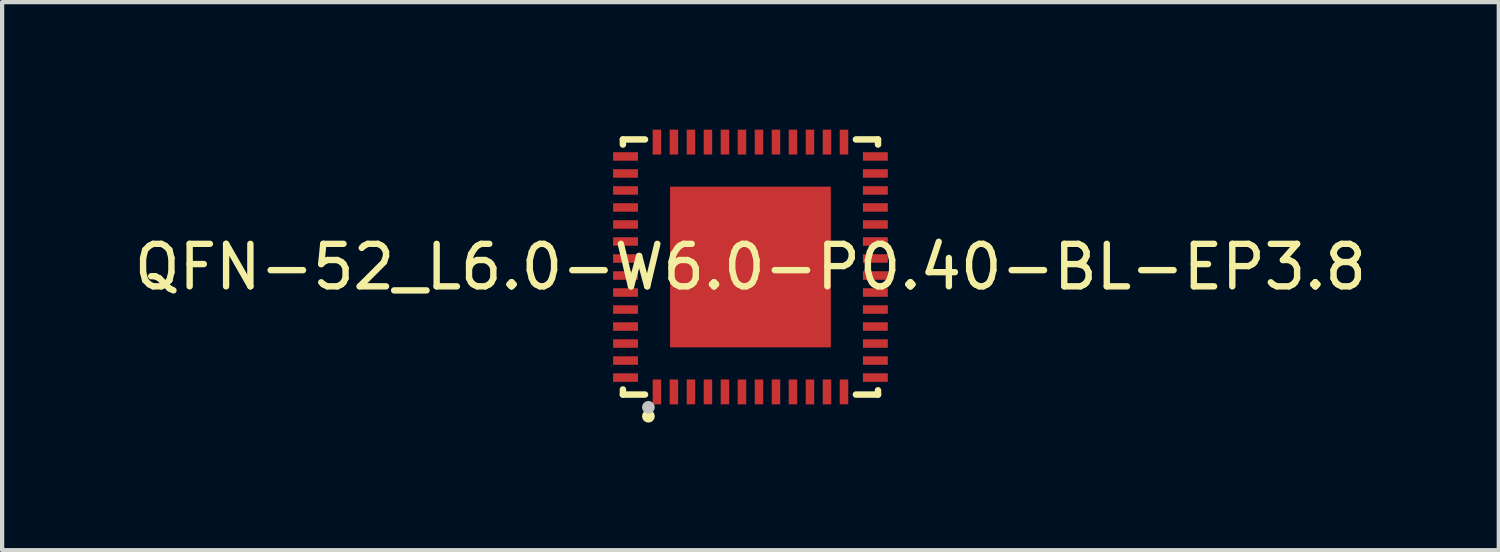
<source format=kicad_pcb>
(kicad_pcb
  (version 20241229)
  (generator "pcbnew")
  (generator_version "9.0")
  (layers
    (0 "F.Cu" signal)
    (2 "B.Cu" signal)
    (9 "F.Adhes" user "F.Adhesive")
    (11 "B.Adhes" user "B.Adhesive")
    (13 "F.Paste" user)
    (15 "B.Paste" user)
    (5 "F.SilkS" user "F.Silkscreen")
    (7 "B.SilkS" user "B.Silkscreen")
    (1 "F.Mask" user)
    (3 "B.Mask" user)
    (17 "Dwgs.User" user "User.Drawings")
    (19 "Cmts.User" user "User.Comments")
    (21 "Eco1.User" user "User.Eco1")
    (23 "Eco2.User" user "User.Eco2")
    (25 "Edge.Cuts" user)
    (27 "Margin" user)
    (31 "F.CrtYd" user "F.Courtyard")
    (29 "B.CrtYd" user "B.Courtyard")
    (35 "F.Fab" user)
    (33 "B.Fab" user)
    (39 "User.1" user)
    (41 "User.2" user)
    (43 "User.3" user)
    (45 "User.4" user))
  (footprint "QFN-52_L6.0-W6.0-P0.40-BL-EP3.8"
    (layer "F.Cu")
    (at 14.601 3.23)
    (property "Reference" "QFN-52_L6.0-W6.0-P0.40-BL-EP3.8" (at 0 0 0) (layer "F.SilkS") (effects (font (size 1 1) (thickness 0.15))))
    (fp_line (start -3 -3) (end -3 -2.88) (stroke (width 0.152) (type default)) (layer "F.SilkS"))
    (fp_line (start -3 2.88) (end -3 3) (stroke (width 0.152) (type default)) (layer "F.SilkS"))
    (fp_line (start -3 3) (end -2.48 3) (stroke (width 0.152) (type default)) (layer "F.SilkS"))
    (fp_line (start -2.48 -3) (end -3 -3) (stroke (width 0.152) (type default)) (layer "F.SilkS"))
    (fp_line (start 2.48 3) (end 3 3) (stroke (width 0.152) (type default)) (layer "F.SilkS"))
    (fp_line (start 3 -3) (end 2.48 -3) (stroke (width 0.152) (type default)) (layer "F.SilkS"))
    (fp_line (start 3 -2.88) (end 3 -3) (stroke (width 0.152) (type default)) (layer "F.SilkS"))
    (fp_line (start 3 3) (end 3 2.9) (stroke (width 0.152) (type default)) (layer "F.SilkS"))
    (fp_circle (center -2.4 3.51) (end -2.325 3.51) (stroke (width 0.15) (type default)) (fill no) (layer "F.SilkS"))
    (fp_poly (pts (xy -3.23 -2.5) (xy -3.23 -2.7) (xy -2.645 -2.7) (xy -2.645 -2.5)) (stroke (width 0) (type default)) (fill yes) (layer "F.Paste"))
    (fp_poly (pts (xy -3.23 -2.3) (xy -2.645 -2.3) (xy -2.645 -2.1) (xy -3.23 -2.1)) (stroke (width 0) (type default)) (fill yes) (layer "F.Paste"))
    (fp_poly (pts (xy -3.23 -1.9) (xy -2.645 -1.9) (xy -2.645 -1.7) (xy -3.23 -1.7)) (stroke (width 0) (type default)) (fill yes) (layer "F.Paste"))
    (fp_poly (pts (xy -3.23 -1.5) (xy -2.645 -1.5) (xy -2.645 -1.3) (xy -3.23 -1.3)) (stroke (width 0) (type default)) (fill yes) (layer "F.Paste"))
    (fp_poly (pts (xy -3.23 -1.1) (xy -2.645 -1.1) (xy -2.645 -0.9) (xy -3.23 -0.9)) (stroke (width 0) (type default)) (fill yes) (layer "F.Paste"))
    (fp_poly (pts (xy -3.23 -0.7) (xy -2.645 -0.7) (xy -2.645 -0.5) (xy -3.23 -0.5)) (stroke (width 0) (type default)) (fill yes) (layer "F.Paste"))
    (fp_poly (pts (xy -3.23 -0.3) (xy -2.645 -0.3) (xy -2.645 -0.1) (xy -3.23 -0.1)) (stroke (width 0) (type default)) (fill yes) (layer "F.Paste"))
    (fp_poly (pts (xy -3.23 0.1) (xy -2.645 0.1) (xy -2.645 0.3) (xy -3.23 0.3)) (stroke (width 0) (type default)) (fill yes) (layer "F.Paste"))
    (fp_poly (pts (xy -3.23 0.5) (xy -2.645 0.5) (xy -2.645 0.7) (xy -3.23 0.7)) (stroke (width 0) (type default)) (fill yes) (layer "F.Paste"))
    (fp_poly (pts (xy -3.23 0.9) (xy -2.645 0.9) (xy -2.645 1.1) (xy -3.23 1.1)) (stroke (width 0) (type default)) (fill yes) (layer "F.Paste"))
    (fp_poly (pts (xy -3.23 1.3) (xy -2.645 1.3) (xy -2.645 1.5) (xy -3.23 1.5)) (stroke (width 0) (type default)) (fill yes) (layer "F.Paste"))
    (fp_poly (pts (xy -3.23 1.7) (xy -2.645 1.7) (xy -2.645 1.9) (xy -3.23 1.9)) (stroke (width 0) (type default)) (fill yes) (layer "F.Paste"))
    (fp_poly (pts (xy -3.23 2.1) (xy -2.645 2.1) (xy -2.645 2.3) (xy -3.23 2.3)) (stroke (width 0) (type default)) (fill yes) (layer "F.Paste"))
    (fp_poly (pts (xy -3.23 2.5) (xy -2.645 2.5) (xy -2.645 2.7) (xy -3.23 2.7)) (stroke (width 0) (type default)) (fill yes) (layer "F.Paste"))
    (fp_poly (pts (xy -2.3 -3.23) (xy -2.1 -3.23) (xy -2.1 -2.645) (xy -2.3 -2.645)) (stroke (width 0) (type default)) (fill yes) (layer "F.Paste"))
    (fp_poly (pts (xy -2.3 2.645) (xy -2.1 2.645) (xy -2.1 3.23) (xy -2.3 3.23)) (stroke (width 0) (type default)) (fill yes) (layer "F.Paste"))
    (fp_poly (pts (xy -1.9 -3.23) (xy -1.7 -3.23) (xy -1.7 -2.645) (xy -1.9 -2.645)) (stroke (width 0) (type default)) (fill yes) (layer "F.Paste"))
    (fp_poly (pts (xy -1.9 2.645) (xy -1.7 2.645) (xy -1.7 3.23) (xy -1.9 3.23)) (stroke (width 0) (type default)) (fill yes) (layer "F.Paste"))
    (fp_poly (pts (xy -1.512 -1.512) (xy 1.512 -1.512) (xy 1.512 1.512) (xy -1.512 1.512)) (stroke (width 0) (type default)) (fill yes) (layer "F.Paste"))
    (fp_poly (pts (xy -1.5 -3.23) (xy -1.3 -3.23) (xy -1.3 -2.645) (xy -1.5 -2.645)) (stroke (width 0) (type default)) (fill yes) (layer "F.Paste"))
    (fp_poly (pts (xy -1.5 2.645) (xy -1.3 2.645) (xy -1.3 3.23) (xy -1.5 3.23)) (stroke (width 0) (type default)) (fill yes) (layer "F.Paste"))
    (fp_poly (pts (xy -1.1 -3.23) (xy -0.9 -3.23) (xy -0.9 -2.645) (xy -1.1 -2.645)) (stroke (width 0) (type default)) (fill yes) (layer "F.Paste"))
    (fp_poly (pts (xy -1.1 2.645) (xy -0.9 2.645) (xy -0.9 3.23) (xy -1.1 3.23)) (stroke (width 0) (type default)) (fill yes) (layer "F.Paste"))
    (fp_poly (pts (xy -0.7 -3.23) (xy -0.5 -3.23) (xy -0.5 -2.645) (xy -0.7 -2.645)) (stroke (width 0) (type default)) (fill yes) (layer "F.Paste"))
    (fp_poly (pts (xy -0.7 2.645) (xy -0.5 2.645) (xy -0.5 3.23) (xy -0.7 3.23)) (stroke (width 0) (type default)) (fill yes) (layer "F.Paste"))
    (fp_poly (pts (xy -0.3 -3.23) (xy -0.1 -3.23) (xy -0.1 -2.645) (xy -0.3 -2.645)) (stroke (width 0) (type default)) (fill yes) (layer "F.Paste"))
    (fp_poly (pts (xy -0.3 2.645) (xy -0.1 2.645) (xy -0.1 3.23) (xy -0.3 3.23)) (stroke (width 0) (type default)) (fill yes) (layer "F.Paste"))
    (fp_poly (pts (xy 0.1 -3.23) (xy 0.3 -3.23) (xy 0.3 -2.645) (xy 0.1 -2.645)) (stroke (width 0) (type default)) (fill yes) (layer "F.Paste"))
    (fp_poly (pts (xy 0.1 2.645) (xy 0.3 2.645) (xy 0.3 3.23) (xy 0.1 3.23)) (stroke (width 0) (type default)) (fill yes) (layer "F.Paste"))
    (fp_poly (pts (xy 0.5 -3.23) (xy 0.7 -3.23) (xy 0.7 -2.645) (xy 0.5 -2.645)) (stroke (width 0) (type default)) (fill yes) (layer "F.Paste"))
    (fp_poly (pts (xy 0.5 2.645) (xy 0.7 2.645) (xy 0.7 3.23) (xy 0.5 3.23)) (stroke (width 0) (type default)) (fill yes) (layer "F.Paste"))
    (fp_poly (pts (xy 0.9 -3.23) (xy 1.1 -3.23) (xy 1.1 -2.645) (xy 0.9 -2.645)) (stroke (width 0) (type default)) (fill yes) (layer "F.Paste"))
    (fp_poly (pts (xy 0.9 2.645) (xy 1.1 2.645) (xy 1.1 3.23) (xy 0.9 3.23)) (stroke (width 0) (type default)) (fill yes) (layer "F.Paste"))
    (fp_poly (pts (xy 1.3 -3.23) (xy 1.5 -3.23) (xy 1.5 -2.645) (xy 1.3 -2.645)) (stroke (width 0) (type default)) (fill yes) (layer "F.Paste"))
    (fp_poly (pts (xy 1.3 2.645) (xy 1.5 2.645) (xy 1.5 3.23) (xy 1.3 3.23)) (stroke (width 0) (type default)) (fill yes) (layer "F.Paste"))
    (fp_poly (pts (xy 1.7 -3.23) (xy 1.9 -3.23) (xy 1.9 -2.645) (xy 1.7 -2.645)) (stroke (width 0) (type default)) (fill yes) (layer "F.Paste"))
    (fp_poly (pts (xy 1.7 2.645) (xy 1.9 2.645) (xy 1.9 3.23) (xy 1.7 3.23)) (stroke (width 0) (type default)) (fill yes) (layer "F.Paste"))
    (fp_poly (pts (xy 2.1 -3.23) (xy 2.3 -3.23) (xy 2.3 -2.645) (xy 2.1 -2.645)) (stroke (width 0) (type default)) (fill yes) (layer "F.Paste"))
    (fp_poly (pts (xy 2.1 2.645) (xy 2.3 2.645) (xy 2.3 3.23) (xy 2.1 3.23)) (stroke (width 0) (type default)) (fill yes) (layer "F.Paste"))
    (fp_poly (pts (xy 2.645 -2.7) (xy 3.23 -2.7) (xy 3.23 -2.5) (xy 2.645 -2.5)) (stroke (width 0) (type default)) (fill yes) (layer "F.Paste"))
    (fp_poly (pts (xy 2.645 -2.3) (xy 3.23 -2.3) (xy 3.23 -2.1) (xy 2.645 -2.1)) (stroke (width 0) (type default)) (fill yes) (layer "F.Paste"))
    (fp_poly (pts (xy 2.645 -1.9) (xy 3.23 -1.9) (xy 3.23 -1.7) (xy 2.645 -1.7)) (stroke (width 0) (type default)) (fill yes) (layer "F.Paste"))
    (fp_poly (pts (xy 2.645 -1.5) (xy 3.23 -1.5) (xy 3.23 -1.3) (xy 2.645 -1.3)) (stroke (width 0) (type default)) (fill yes) (layer "F.Paste"))
    (fp_poly (pts (xy 2.645 -1.1) (xy 3.23 -1.1) (xy 3.23 -0.9) (xy 2.645 -0.9)) (stroke (width 0) (type default)) (fill yes) (layer "F.Paste"))
    (fp_poly (pts (xy 2.645 -0.7) (xy 3.23 -0.7) (xy 3.23 -0.5) (xy 2.645 -0.5)) (stroke (width 0) (type default)) (fill yes) (layer "F.Paste"))
    (fp_poly (pts (xy 2.645 -0.3) (xy 3.23 -0.3) (xy 3.23 -0.1) (xy 2.645 -0.1)) (stroke (width 0) (type default)) (fill yes) (layer "F.Paste"))
    (fp_poly (pts (xy 2.645 0.1) (xy 3.23 0.1) (xy 3.23 0.3) (xy 2.645 0.3)) (stroke (width 0) (type default)) (fill yes) (layer "F.Paste"))
    (fp_poly (pts (xy 2.645 0.5) (xy 3.23 0.5) (xy 3.23 0.7) (xy 2.645 0.7)) (stroke (width 0) (type default)) (fill yes) (layer "F.Paste"))
    (fp_poly (pts (xy 2.645 0.9) (xy 3.23 0.9) (xy 3.23 1.1) (xy 2.645 1.1)) (stroke (width 0) (type default)) (fill yes) (layer "F.Paste"))
    (fp_poly (pts (xy 2.645 1.3) (xy 3.23 1.3) (xy 3.23 1.5) (xy 2.645 1.5)) (stroke (width 0) (type default)) (fill yes) (layer "F.Paste"))
    (fp_poly (pts (xy 2.645 1.7) (xy 3.23 1.7) (xy 3.23 1.9) (xy 2.645 1.9)) (stroke (width 0) (type default)) (fill yes) (layer "F.Paste"))
    (fp_poly (pts (xy 2.645 2.1) (xy 3.23 2.1) (xy 3.23 2.3) (xy 2.645 2.3)) (stroke (width 0) (type default)) (fill yes) (layer "F.Paste"))
    (fp_poly (pts (xy 2.645 2.7) (xy 2.645 2.5) (xy 3.23 2.5) (xy 3.23 2.7)) (stroke (width 0) (type default)) (fill yes) (layer "F.Paste"))
    (fp_circle (center -2.4 3.3) (end -2.325 3.3) (stroke (width 0.15) (type default)) (fill no) (layer "Dwgs.User"))
    (fp_poly (pts (xy -3 -2.5) (xy -2.65 -2.5) (xy -2.65 -2.7) (xy -3 -2.7)) (stroke (width 0.1) (type default)) (fill no) (layer "User.1"))
    (fp_poly (pts (xy -2.65 -2.1) (xy -2.65 -2.3) (xy -3 -2.3) (xy -3 -2.1)) (stroke (width 0.1) (type default)) (fill no) (layer "User.1"))
    (fp_poly (pts (xy -2.65 -1.7) (xy -2.65 -1.9) (xy -3 -1.9) (xy -3 -1.7)) (stroke (width 0.1) (type default)) (fill no) (layer "User.1"))
    (fp_poly (pts (xy -2.65 -1.3) (xy -2.65 -1.5) (xy -3 -1.5) (xy -3 -1.3)) (stroke (width 0.1) (type default)) (fill no) (layer "User.1"))
    (fp_poly (pts (xy -2.65 -0.9) (xy -2.65 -1.1) (xy -3 -1.1) (xy -3 -0.9)) (stroke (width 0.1) (type default)) (fill no) (layer "User.1"))
    (fp_poly (pts (xy -2.65 -0.5) (xy -2.65 -0.7) (xy -3 -0.7) (xy -3 -0.5)) (stroke (width 0.1) (type default)) (fill no) (layer "User.1"))
    (fp_poly (pts (xy -2.65 -0.1) (xy -2.65 -0.3) (xy -3 -0.3) (xy -3 -0.1)) (stroke (width 0.1) (type default)) (fill no) (layer "User.1"))
    (fp_poly (pts (xy -2.65 0.3) (xy -2.65 0.1) (xy -3 0.1) (xy -3 0.3)) (stroke (width 0.1) (type default)) (fill no) (layer "User.1"))
    (fp_poly (pts (xy -2.65 0.7) (xy -2.65 0.5) (xy -3 0.5) (xy -3 0.7)) (stroke (width 0.1) (type default)) (fill no) (layer "User.1"))
    (fp_poly (pts (xy -2.65 1.1) (xy -2.65 0.9) (xy -3 0.9) (xy -3 1.1)) (stroke (width 0.1) (type default)) (fill no) (layer "User.1"))
    (fp_poly (pts (xy -2.65 1.5) (xy -2.65 1.3) (xy -3 1.3) (xy -3 1.5)) (stroke (width 0.1) (type default)) (fill no) (layer "User.1"))
    (fp_poly (pts (xy -2.65 1.9) (xy -2.65 1.7) (xy -3 1.7) (xy -3 1.9)) (stroke (width 0.1) (type default)) (fill no) (layer "User.1"))
    (fp_poly (pts (xy -2.65 2.3) (xy -2.65 2.1) (xy -3 2.1) (xy -3 2.3)) (stroke (width 0.1) (type default)) (fill no) (layer "User.1"))
    (fp_poly (pts (xy -2.65 2.7) (xy -2.65 2.5) (xy -3 2.5) (xy -3 2.7)) (stroke (width 0.1) (type default)) (fill no) (layer "User.1"))
    (fp_poly (pts (xy -2.3 -3) (xy -2.3 -2.65) (xy -2.1 -2.65) (xy -2.1 -3)) (stroke (width 0.1) (type default)) (fill no) (layer "User.1"))
    (fp_poly (pts (xy -2.3 3) (xy -2.3 2.65) (xy -2.1 2.65) (xy -2.1 3)) (stroke (width 0.1) (type default)) (fill no) (layer "User.1"))
    (fp_poly (pts (xy -1.9 -3) (xy -1.9 -2.65) (xy -1.7 -2.65) (xy -1.7 -3)) (stroke (width 0.1) (type default)) (fill no) (layer "User.1"))
    (fp_poly (pts (xy -1.9 3) (xy -1.9 2.65) (xy -1.7 2.65) (xy -1.7 3)) (stroke (width 0.1) (type default)) (fill no) (layer "User.1"))
    (fp_poly (pts (xy -1.89 -1.89) (xy 1.89 -1.89) (xy 1.89 1.89) (xy -1.89 1.89)) (stroke (width 0.1) (type default)) (fill no) (layer "User.1"))
    (fp_poly (pts (xy -1.5 -3) (xy -1.5 -2.65) (xy -1.3 -2.65) (xy -1.3 -3)) (stroke (width 0.1) (type default)) (fill no) (layer "User.1"))
    (fp_poly (pts (xy -1.5 3) (xy -1.5 2.65) (xy -1.3 2.65) (xy -1.3 3)) (stroke (width 0.1) (type default)) (fill no) (layer "User.1"))
    (fp_poly (pts (xy -1.1 -3) (xy -1.1 -2.65) (xy -0.9 -2.65) (xy -0.9 -3)) (stroke (width 0.1) (type default)) (fill no) (layer "User.1"))
    (fp_poly (pts (xy -1.1 3) (xy -1.1 2.65) (xy -0.9 2.65) (xy -0.9 3)) (stroke (width 0.1) (type default)) (fill no) (layer "User.1"))
    (fp_poly (pts (xy -0.7 -3) (xy -0.7 -2.65) (xy -0.5 -2.65) (xy -0.5 -3)) (stroke (width 0.1) (type default)) (fill no) (layer "User.1"))
    (fp_poly (pts (xy -0.7 3) (xy -0.7 2.65) (xy -0.5 2.65) (xy -0.5 3)) (stroke (width 0.1) (type default)) (fill no) (layer "User.1"))
    (fp_poly (pts (xy -0.3 -3) (xy -0.3 -2.65) (xy -0.1 -2.65) (xy -0.1 -3)) (stroke (width 0.1) (type default)) (fill no) (layer "User.1"))
    (fp_poly (pts (xy -0.3 3) (xy -0.3 2.65) (xy -0.1 2.65) (xy -0.1 3)) (stroke (width 0.1) (type default)) (fill no) (layer "User.1"))
    (fp_poly (pts (xy 0.1 -3) (xy 0.1 -2.65) (xy 0.3 -2.65) (xy 0.3 -3)) (stroke (width 0.1) (type default)) (fill no) (layer "User.1"))
    (fp_poly (pts (xy 0.1 3) (xy 0.1 2.65) (xy 0.3 2.65) (xy 0.3 3)) (stroke (width 0.1) (type default)) (fill no) (layer "User.1"))
    (fp_poly (pts (xy 0.5 -3) (xy 0.5 -2.65) (xy 0.7 -2.65) (xy 0.7 -3)) (stroke (width 0.1) (type default)) (fill no) (layer "User.1"))
    (fp_poly (pts (xy 0.5 3) (xy 0.5 2.65) (xy 0.7 2.65) (xy 0.7 3)) (stroke (width 0.1) (type default)) (fill no) (layer "User.1"))
    (fp_poly (pts (xy 0.9 -3) (xy 0.9 -2.65) (xy 1.1 -2.65) (xy 1.1 -3)) (stroke (width 0.1) (type default)) (fill no) (layer "User.1"))
    (fp_poly (pts (xy 0.9 3) (xy 0.9 2.65) (xy 1.1 2.65) (xy 1.1 3)) (stroke (width 0.1) (type default)) (fill no) (layer "User.1"))
    (fp_poly (pts (xy 1.3 -3) (xy 1.3 -2.65) (xy 1.5 -2.65) (xy 1.5 -3)) (stroke (width 0.1) (type default)) (fill no) (layer "User.1"))
    (fp_poly (pts (xy 1.3 3) (xy 1.3 2.65) (xy 1.5 2.65) (xy 1.5 3)) (stroke (width 0.1) (type default)) (fill no) (layer "User.1"))
    (fp_poly (pts (xy 1.7 -3) (xy 1.7 -2.65) (xy 1.9 -2.65) (xy 1.9 -3)) (stroke (width 0.1) (type default)) (fill no) (layer "User.1"))
    (fp_poly (pts (xy 1.7 3) (xy 1.7 2.65) (xy 1.9 2.65) (xy 1.9 3)) (stroke (width 0.1) (type default)) (fill no) (layer "User.1"))
    (fp_poly (pts (xy 2.1 -3) (xy 2.1 -2.65) (xy 2.3 -2.65) (xy 2.3 -3)) (stroke (width 0.1) (type default)) (fill no) (layer "User.1"))
    (fp_poly (pts (xy 2.1 3) (xy 2.1 2.65) (xy 2.3 2.65) (xy 2.3 3)) (stroke (width 0.1) (type default)) (fill no) (layer "User.1"))
    (fp_poly (pts (xy 2.65 -2.5) (xy 2.65 -2.7) (xy 3 -2.7) (xy 3 -2.5)) (stroke (width 0.1) (type default)) (fill no) (layer "User.1"))
    (fp_poly (pts (xy 2.65 -2.1) (xy 2.65 -2.3) (xy 3 -2.3) (xy 3 -2.1)) (stroke (width 0.1) (type default)) (fill no) (layer "User.1"))
    (fp_poly (pts (xy 2.65 -1.7) (xy 2.65 -1.9) (xy 3 -1.9) (xy 3 -1.7)) (stroke (width 0.1) (type default)) (fill no) (layer "User.1"))
    (fp_poly (pts (xy 2.65 -1.3) (xy 2.65 -1.5) (xy 3 -1.5) (xy 3 -1.3)) (stroke (width 0.1) (type default)) (fill no) (layer "User.1"))
    (fp_poly (pts (xy 2.65 -0.9) (xy 2.65 -1.1) (xy 3 -1.1) (xy 3 -0.9)) (stroke (width 0.1) (type default)) (fill no) (layer "User.1"))
    (fp_poly (pts (xy 2.65 -0.5) (xy 2.65 -0.7) (xy 3 -0.7) (xy 3 -0.5)) (stroke (width 0.1) (type default)) (fill no) (layer "User.1"))
    (fp_poly (pts (xy 2.65 -0.1) (xy 2.65 -0.3) (xy 3 -0.3) (xy 3 -0.1)) (stroke (width 0.1) (type default)) (fill no) (layer "User.1"))
    (fp_poly (pts (xy 2.65 0.3) (xy 2.65 0.1) (xy 3 0.1) (xy 3 0.3)) (stroke (width 0.1) (type default)) (fill no) (layer "User.1"))
    (fp_poly (pts (xy 2.65 0.7) (xy 2.65 0.5) (xy 3 0.5) (xy 3 0.7)) (stroke (width 0.1) (type default)) (fill no) (layer "User.1"))
    (fp_poly (pts (xy 2.65 1.1) (xy 2.65 0.9) (xy 3 0.9) (xy 3 1.1)) (stroke (width 0.1) (type default)) (fill no) (layer "User.1"))
    (fp_poly (pts (xy 2.65 1.5) (xy 2.65 1.3) (xy 3 1.3) (xy 3 1.5)) (stroke (width 0.1) (type default)) (fill no) (layer "User.1"))
    (fp_poly (pts (xy 2.65 1.9) (xy 2.65 1.7) (xy 3 1.7) (xy 3 1.9)) (stroke (width 0.1) (type default)) (fill no) (layer "User.1"))
    (fp_poly (pts (xy 2.65 2.3) (xy 2.65 2.1) (xy 3 2.1) (xy 3 2.3)) (stroke (width 0.1) (type default)) (fill no) (layer "User.1"))
    (fp_poly (pts (xy 3 2.7) (xy 2.65 2.7) (xy 2.65 2.5) (xy 3 2.5)) (stroke (width 0.1) (type default)) (fill no) (layer "User.1"))
    (fp_line (start -3 -3) (end 3 -3) (stroke (width 0.051) (type default)) (layer "User.2"))
    (fp_line (start -3 3) (end -3 -3) (stroke (width 0.051) (type default)) (layer "User.2"))
    (fp_line (start 3 -3) (end 3 3) (stroke (width 0.051) (type default)) (layer "User.2"))
    (fp_line (start 3 3) (end -3 3) (stroke (width 0.051) (type default)) (layer "User.2"))
    (fp_poly (pts (xy -2.94 3) (xy -2.958 2.958) (xy -3 2.94) (xy -3.042 2.958) (xy -3.06 3) (xy -3.042 3.042) (xy -3 3.06) (xy -2.958 3.042)) (stroke (width 0.1) (type default)) (fill no) (layer "User.3"))
    (pad "1" smd rect (at -2.2 2.938) (size 0.2 0.585) (layers "F.Cu" "F.Mask" "F.Paste"))
    (pad "2" smd rect (at -1.8 2.938) (size 0.2 0.585) (layers "F.Cu" "F.Mask" "F.Paste"))
    (pad "3" smd rect (at -1.4 2.938) (size 0.2 0.585) (layers "F.Cu" "F.Mask" "F.Paste"))
    (pad "4" smd rect (at -1 2.938) (size 0.2 0.585) (layers "F.Cu" "F.Mask" "F.Paste"))
    (pad "5" smd rect (at -0.6 2.938) (size 0.2 0.585) (layers "F.Cu" "F.Mask" "F.Paste"))
    (pad "6" smd rect (at -0.2 2.938) (size 0.2 0.585) (layers "F.Cu" "F.Mask" "F.Paste"))
    (pad "7" smd rect (at 0.2 2.938) (size 0.2 0.585) (layers "F.Cu" "F.Mask" "F.Paste"))
    (pad "8" smd rect (at 0.6 2.938) (size 0.2 0.585) (layers "F.Cu" "F.Mask" "F.Paste"))
    (pad "9" smd rect (at 1 2.938) (size 0.2 0.585) (layers "F.Cu" "F.Mask" "F.Paste"))
    (pad "10" smd rect (at 1.4 2.938) (size 0.2 0.585) (layers "F.Cu" "F.Mask" "F.Paste"))
    (pad "11" smd rect (at 1.8 2.938) (size 0.2 0.585) (layers "F.Cu" "F.Mask" "F.Paste"))
    (pad "12" smd rect (at 2.2 2.938) (size 0.2 0.585) (layers "F.Cu" "F.Mask" "F.Paste"))
    (pad "13" smd rect (at 2.938 2.6 90) (size 0.2 0.585) (layers "F.Cu" "F.Mask" "F.Paste"))
    (pad "14" smd rect (at 2.938 2.2) (size 0.585 0.2) (layers "F.Cu" "F.Mask" "F.Paste"))
    (pad "15" smd rect (at 2.938 1.8) (size 0.585 0.2) (layers "F.Cu" "F.Mask" "F.Paste"))
    (pad "16" smd rect (at 2.938 1.4) (size 0.585 0.2) (layers "F.Cu" "F.Mask" "F.Paste"))
    (pad "17" smd rect (at 2.938 1) (size 0.585 0.2) (layers "F.Cu" "F.Mask" "F.Paste"))
    (pad "18" smd rect (at 2.938 0.6) (size 0.585 0.2) (layers "F.Cu" "F.Mask" "F.Paste"))
    (pad "19" smd rect (at 2.938 0.2) (size 0.585 0.2) (layers "F.Cu" "F.Mask" "F.Paste"))
    (pad "20" smd rect (at 2.938 -0.2) (size 0.585 0.2) (layers "F.Cu" "F.Mask" "F.Paste"))
    (pad "21" smd rect (at 2.938 -0.6) (size 0.585 0.2) (layers "F.Cu" "F.Mask" "F.Paste"))
    (pad "22" smd rect (at 2.938 -1) (size 0.585 0.2) (layers "F.Cu" "F.Mask" "F.Paste"))
    (pad "23" smd rect (at 2.938 -1.4) (size 0.585 0.2) (layers "F.Cu" "F.Mask" "F.Paste"))
    (pad "24" smd rect (at 2.938 -1.8) (size 0.585 0.2) (layers "F.Cu" "F.Mask" "F.Paste"))
    (pad "25" smd rect (at 2.938 -2.2) (size 0.585 0.2) (layers "F.Cu" "F.Mask" "F.Paste"))
    (pad "26" smd rect (at 2.938 -2.6) (size 0.585 0.2) (layers "F.Cu" "F.Mask" "F.Paste"))
    (pad "27" smd rect (at 2.2 -2.938) (size 0.2 0.585) (layers "F.Cu" "F.Mask" "F.Paste"))
    (pad "28" smd rect (at 1.8 -2.938) (size 0.2 0.585) (layers "F.Cu" "F.Mask" "F.Paste"))
    (pad "29" smd rect (at 1.4 -2.938) (size 0.2 0.585) (layers "F.Cu" "F.Mask" "F.Paste"))
    (pad "30" smd rect (at 1 -2.938) (size 0.2 0.585) (layers "F.Cu" "F.Mask" "F.Paste"))
    (pad "31" smd rect (at 0.6 -2.938) (size 0.2 0.585) (layers "F.Cu" "F.Mask" "F.Paste"))
    (pad "32" smd rect (at 0.2 -2.938) (size 0.2 0.585) (layers "F.Cu" "F.Mask" "F.Paste"))
    (pad "33" smd rect (at -0.2 -2.938) (size 0.2 0.585) (layers "F.Cu" "F.Mask" "F.Paste"))
    (pad "34" smd rect (at -0.6 -2.938) (size 0.2 0.585) (layers "F.Cu" "F.Mask" "F.Paste"))
    (pad "35" smd rect (at -1 -2.938) (size 0.2 0.585) (layers "F.Cu" "F.Mask" "F.Paste"))
    (pad "36" smd rect (at -1.4 -2.938) (size 0.2 0.585) (layers "F.Cu" "F.Mask" "F.Paste"))
    (pad "37" smd rect (at -1.8 -2.938) (size 0.2 0.585) (layers "F.Cu" "F.Mask" "F.Paste"))
    (pad "38" smd rect (at -2.2 -2.938) (size 0.2 0.585) (layers "F.Cu" "F.Mask" "F.Paste"))
    (pad "39" smd rect (at -2.938 -2.6 90) (size 0.2 0.585) (layers "F.Cu" "F.Mask" "F.Paste"))
    (pad "40" smd rect (at -2.938 -2.2) (size 0.585 0.2) (layers "F.Cu" "F.Mask" "F.Paste"))
    (pad "41" smd rect (at -2.938 -1.8) (size 0.585 0.2) (layers "F.Cu" "F.Mask" "F.Paste"))
    (pad "42" smd rect (at -2.938 -1.4) (size 0.585 0.2) (layers "F.Cu" "F.Mask" "F.Paste"))
    (pad "43" smd rect (at -2.938 -1) (size 0.585 0.2) (layers "F.Cu" "F.Mask" "F.Paste"))
    (pad "44" smd rect (at -2.938 -0.6) (size 0.585 0.2) (layers "F.Cu" "F.Mask" "F.Paste"))
    (pad "45" smd rect (at -2.938 -0.2) (size 0.585 0.2) (layers "F.Cu" "F.Mask" "F.Paste"))
    (pad "46" smd rect (at -2.938 0.2) (size 0.585 0.2) (layers "F.Cu" "F.Mask" "F.Paste"))
    (pad "47" smd rect (at -2.938 0.6) (size 0.585 0.2) (layers "F.Cu" "F.Mask" "F.Paste"))
    (pad "48" smd rect (at -2.938 1) (size 0.585 0.2) (layers "F.Cu" "F.Mask" "F.Paste"))
    (pad "49" smd rect (at -2.938 1.4) (size 0.585 0.2) (layers "F.Cu" "F.Mask" "F.Paste"))
    (pad "50" smd rect (at -2.938 1.8) (size 0.585 0.2) (layers "F.Cu" "F.Mask" "F.Paste"))
    (pad "51" smd rect (at -2.938 2.2) (size 0.585 0.2) (layers "F.Cu" "F.Mask" "F.Paste"))
    (pad "52" smd rect (at -2.938 2.6) (size 0.585 0.2) (layers "F.Cu" "F.Mask" "F.Paste"))
    (pad "53" smd rect (at 0 0) (size 3.78 3.78) (layers "F.Cu" "F.Mask" "F.Paste")))
  (gr_rect
    (start -3 -3)
    (end 32.202 9.89)
    (stroke (width 0.1) (type default))
    (fill no)
    (layer "Edge.Cuts")))
</source>
